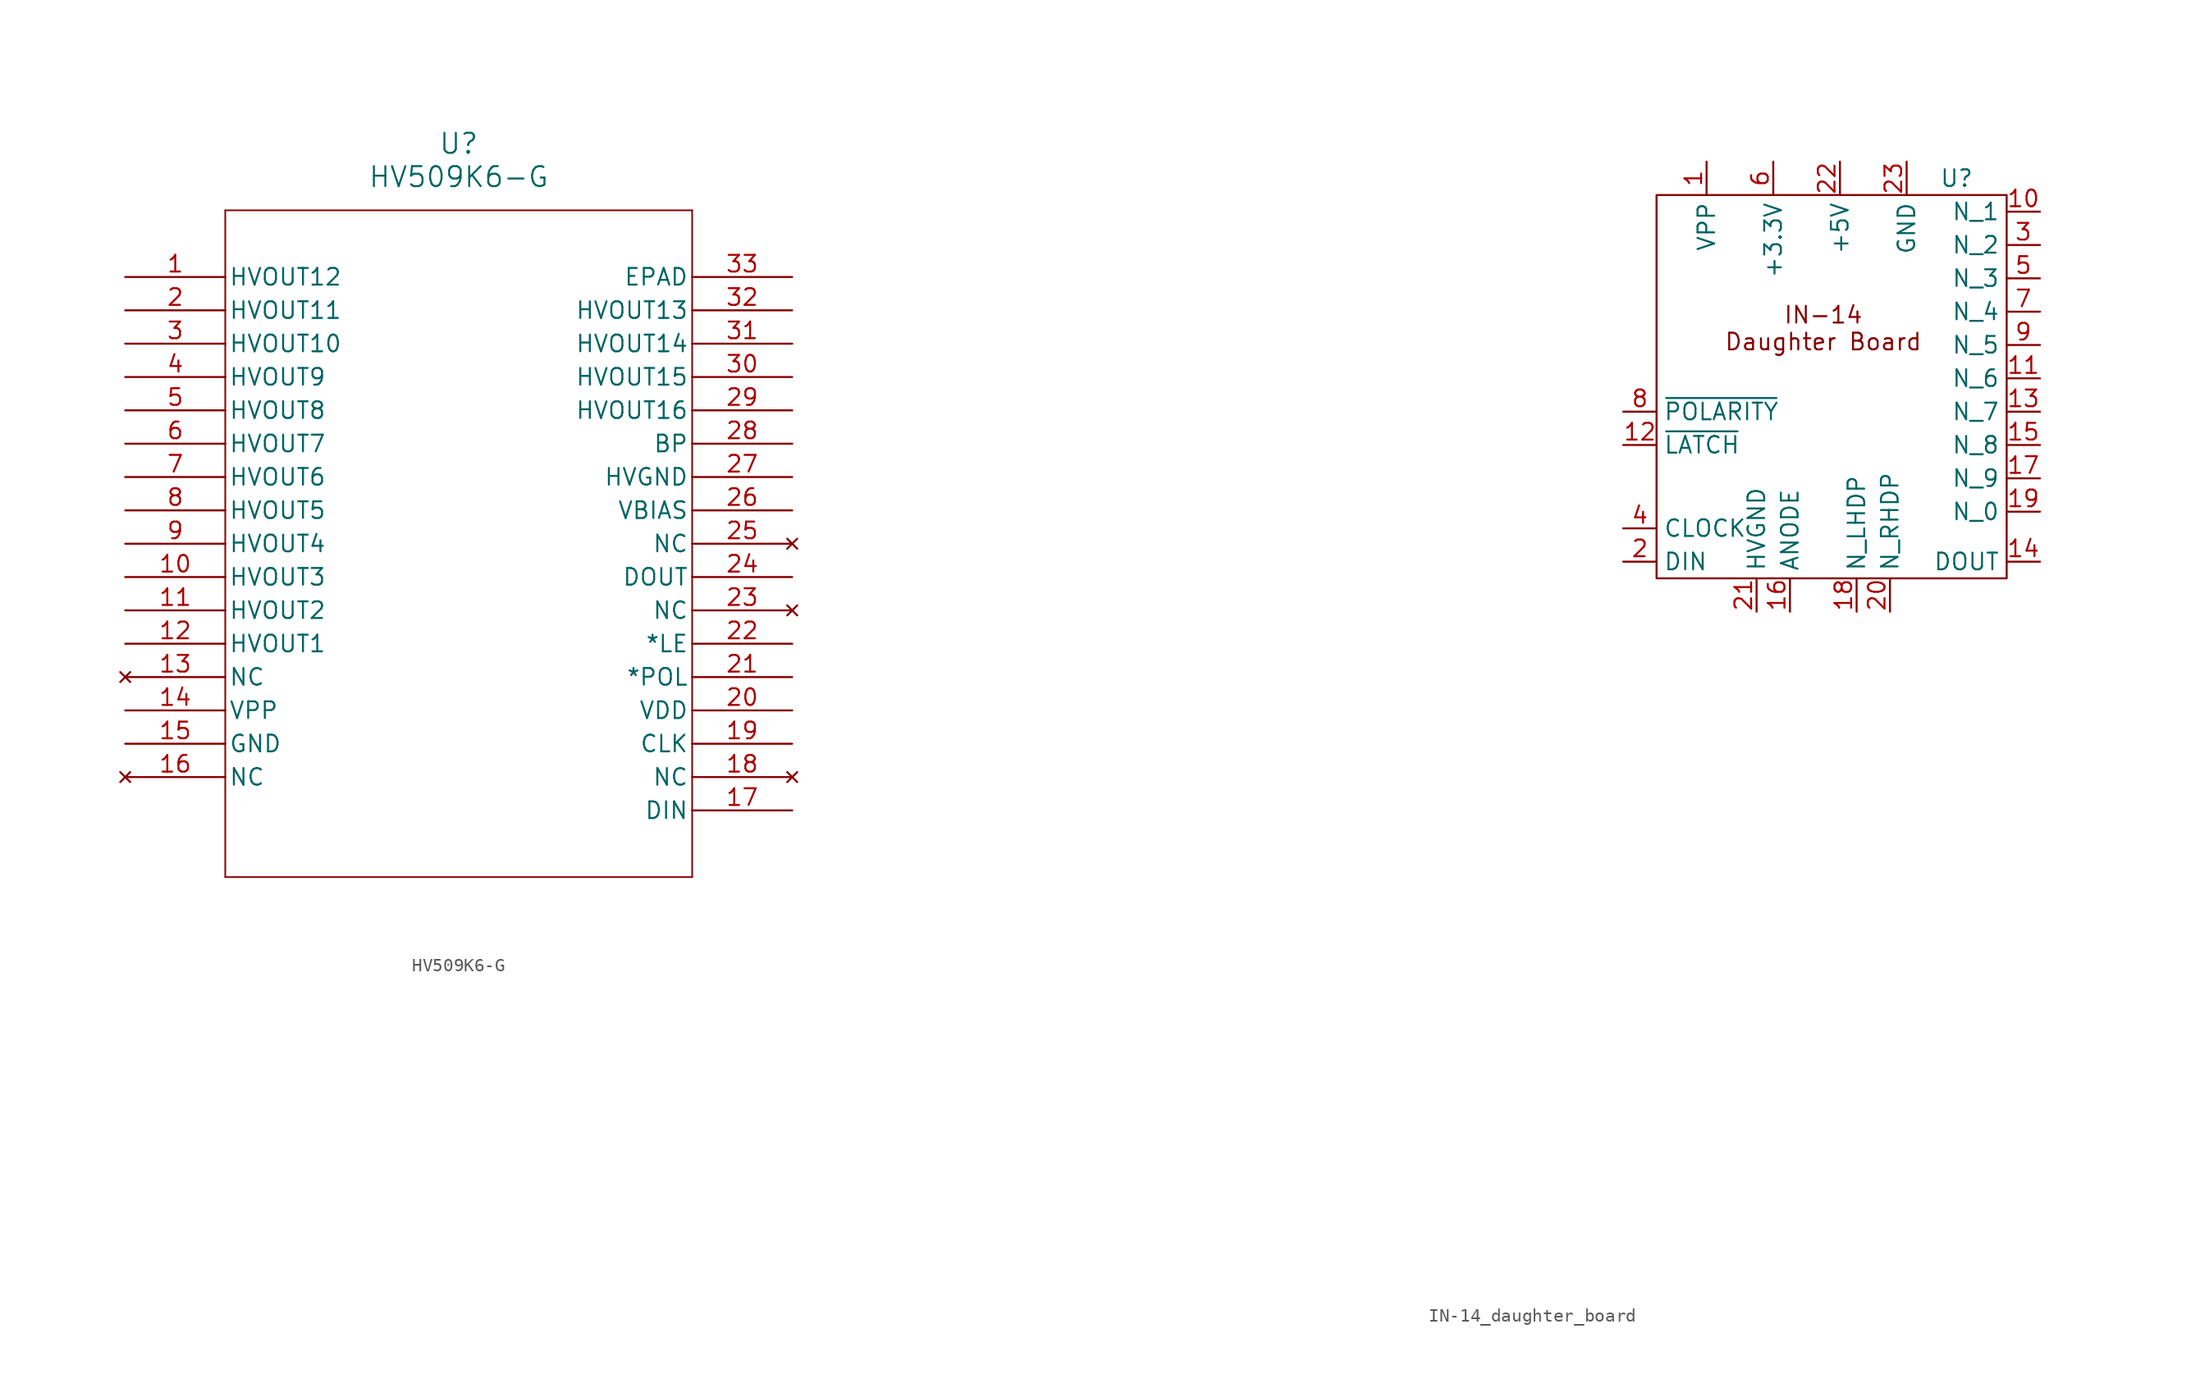
<source format=kicad_sym>
(kicad_symbol_lib
  (version 20220914)
  (generator kicad_symbol_editor)
  (symbol "HV509K6-G"
    (pin_names
      (offset 0.254))
    (property "Reference" "U"
      (at 25.4 10.16 0)
      (effects (font (size 1.524 1.524))))
    (property "Value" "HV509K6-G"
      (at 25.4 7.62 0)
      (effects (font (size 1.524 1.524))))
    (symbol "HV509K6-G_0_1"
      (polyline (pts (xy 7.62 -45.72) (xy 43.18 -45.72)) (stroke (width 0.127) (type default)) (fill (type none)))
      (polyline (pts (xy 7.62 5.08) (xy 7.62 -45.72)) (stroke (width 0.127) (type default)) (fill (type none)))
      (polyline (pts (xy 43.18 -45.72) (xy 43.18 5.08)) (stroke (width 0.127) (type default)) (fill (type none)))
      (polyline (pts (xy 43.18 5.08) (xy 7.62 5.08)) (stroke (width 0.127) (type default)) (fill (type none)))
      (pin output line (at 0 0 0) (length 7.62) (name "HVOUT12" (effects (font (size 1.27 1.27)))) (number "1" (effects (font (size 1.27 1.27)))))
      (pin output line (at 0 -22.86 0) (length 7.62) (name "HVOUT3" (effects (font (size 1.27 1.27)))) (number "10" (effects (font (size 1.27 1.27)))))
      (pin output line (at 0 -25.4 0) (length 7.62) (name "HVOUT2" (effects (font (size 1.27 1.27)))) (number "11" (effects (font (size 1.27 1.27)))))
      (pin output line (at 0 -27.94 0) (length 7.62) (name "HVOUT1" (effects (font (size 1.27 1.27)))) (number "12" (effects (font (size 1.27 1.27)))))
      (pin no_connect line (at 0 -30.48 0) (length 7.62) (name "NC" (effects (font (size 1.27 1.27)))) (number "13" (effects (font (size 1.27 1.27)))))
      (pin power_in line (at 0 -33.02 0) (length 7.62) (name "VPP" (effects (font (size 1.27 1.27)))) (number "14" (effects (font (size 1.27 1.27)))))
      (pin power_in line (at 0 -35.56 0) (length 7.62) (name "GND" (effects (font (size 1.27 1.27)))) (number "15" (effects (font (size 1.27 1.27)))))
      (pin no_connect line (at 0 -38.1 0) (length 7.62) (name "NC" (effects (font (size 1.27 1.27)))) (number "16" (effects (font (size 1.27 1.27)))))
      (pin input line (at 50.8 -40.64 180) (length 7.62) (name "DIN" (effects (font (size 1.27 1.27)))) (number "17" (effects (font (size 1.27 1.27)))))
      (pin no_connect line (at 50.8 -38.1 180) (length 7.62) (name "NC" (effects (font (size 1.27 1.27)))) (number "18" (effects (font (size 1.27 1.27)))))
      (pin input line (at 50.8 -35.56 180) (length 7.62) (name "CLK" (effects (font (size 1.27 1.27)))) (number "19" (effects (font (size 1.27 1.27)))))
      (pin output line (at 0 -2.54 0) (length 7.62) (name "HVOUT11" (effects (font (size 1.27 1.27)))) (number "2" (effects (font (size 1.27 1.27)))))
      (pin power_in line (at 50.8 -33.02 180) (length 7.62) (name "VDD" (effects (font (size 1.27 1.27)))) (number "20" (effects (font (size 1.27 1.27)))))
      (pin input line (at 50.8 -30.48 180) (length 7.62) (name "*POL" (effects (font (size 1.27 1.27)))) (number "21" (effects (font (size 1.27 1.27)))))
      (pin input line (at 50.8 -27.94 180) (length 7.62) (name "*LE" (effects (font (size 1.27 1.27)))) (number "22" (effects (font (size 1.27 1.27)))))
      (pin no_connect line (at 50.8 -25.4 180) (length 7.62) (name "NC" (effects (font (size 1.27 1.27)))) (number "23" (effects (font (size 1.27 1.27)))))
      (pin output line (at 50.8 -22.86 180) (length 7.62) (name "DOUT" (effects (font (size 1.27 1.27)))) (number "24" (effects (font (size 1.27 1.27)))))
      (pin no_connect line (at 50.8 -20.32 180) (length 7.62) (name "NC" (effects (font (size 1.27 1.27)))) (number "25" (effects (font (size 1.27 1.27)))))
      (pin power_in line (at 50.8 -17.78 180) (length 7.62) (name "VBIAS" (effects (font (size 1.27 1.27)))) (number "26" (effects (font (size 1.27 1.27)))))
      (pin power_out line (at 50.8 -15.24 180) (length 7.62) (name "HVGND" (effects (font (size 1.27 1.27)))) (number "27" (effects (font (size 1.27 1.27)))))
      (pin output line (at 50.8 -12.7 180) (length 7.62) (name "BP" (effects (font (size 1.27 1.27)))) (number "28" (effects (font (size 1.27 1.27)))))
      (pin output line (at 50.8 -10.16 180) (length 7.62) (name "HVOUT16" (effects (font (size 1.27 1.27)))) (number "29" (effects (font (size 1.27 1.27)))))
      (pin output line (at 0 -5.08 0) (length 7.62) (name "HVOUT10" (effects (font (size 1.27 1.27)))) (number "3" (effects (font (size 1.27 1.27)))))
      (pin output line (at 50.8 -7.62 180) (length 7.62) (name "HVOUT15" (effects (font (size 1.27 1.27)))) (number "30" (effects (font (size 1.27 1.27)))))
      (pin output line (at 50.8 -5.08 180) (length 7.62) (name "HVOUT14" (effects (font (size 1.27 1.27)))) (number "31" (effects (font (size 1.27 1.27)))))
      (pin output line (at 50.8 -2.54 180) (length 7.62) (name "HVOUT13" (effects (font (size 1.27 1.27)))) (number "32" (effects (font (size 1.27 1.27)))))
      (pin passive line (at 50.8 0 180) (length 7.62) (name "EPAD" (effects (font (size 1.27 1.27)))) (number "33" (effects (font (size 1.27 1.27)))))
      (pin output line (at 0 -7.62 0) (length 7.62) (name "HVOUT9" (effects (font (size 1.27 1.27)))) (number "4" (effects (font (size 1.27 1.27)))))
      (pin output line (at 0 -10.16 0) (length 7.62) (name "HVOUT8" (effects (font (size 1.27 1.27)))) (number "5" (effects (font (size 1.27 1.27)))))
      (pin output line (at 0 -12.7 0) (length 7.62) (name "HVOUT7" (effects (font (size 1.27 1.27)))) (number "6" (effects (font (size 1.27 1.27)))))
      (pin output line (at 0 -15.24 0) (length 7.62) (name "HVOUT6" (effects (font (size 1.27 1.27)))) (number "7" (effects (font (size 1.27 1.27)))))
      (pin output line (at 0 -17.78 0) (length 7.62) (name "HVOUT5" (effects (font (size 1.27 1.27)))) (number "8" (effects (font (size 1.27 1.27)))))
      (pin output line (at 0 -20.32 0) (length 7.62) (name "HVOUT4" (effects (font (size 1.27 1.27)))) (number "9" (effects (font (size 1.27 1.27)))))))
  (symbol "IN-14_daughter_board"
    (property "Reference" "U"
      (at 22.86 30.48 0)
      (effects (font (size 1.27 1.27))))
    (property "Value" ""
      (at -48.26 -46.99 0)
      (effects (font (size 1.27 1.27))))
    (symbol "IN-14_daughter_board_0_1"
      (rectangle (start 0 29.21) (end 26.67 0) (stroke (width 0) (type default)) (fill (type none))))
    (symbol "IN-14_daughter_board_1_1"
      (text "IN-14\nDaughter Board" (at 12.7 19.05 0) (effects (font (size 1.27 1.27))))
      (pin power_in line (at 3.81 31.75 270) (length 2.54) (name "VPP" (effects (font (size 1.27 1.27)))) (number "1" (effects (font (size 1.27 1.27)))))
      (pin output line (at 29.21 27.94 180) (length 2.54) (name "N_1" (effects (font (size 1.27 1.27)))) (number "10" (effects (font (size 1.27 1.27)))))
      (pin output line (at 29.21 15.24 180) (length 2.54) (name "N_6" (effects (font (size 1.27 1.27)))) (number "11" (effects (font (size 1.27 1.27)))))
      (pin input line (at -2.54 10.16 0) (length 2.54) (name "~{LATCH}" (effects (font (size 1.27 1.27)))) (number "12" (effects (font (size 1.27 1.27)))))
      (pin output line (at 29.21 12.7 180) (length 2.54) (name "N_7" (effects (font (size 1.27 1.27)))) (number "13" (effects (font (size 1.27 1.27)))))
      (pin output line (at 29.21 1.27 180) (length 2.54) (name "DOUT" (effects (font (size 1.27 1.27)))) (number "14" (effects (font (size 1.27 1.27)))))
      (pin output line (at 29.21 10.16 180) (length 2.54) (name "N_8" (effects (font (size 1.27 1.27)))) (number "15" (effects (font (size 1.27 1.27)))))
      (pin output line (at 10.16 -2.54 90) (length 2.54) (name "ANODE" (effects (font (size 1.27 1.27)))) (number "16" (effects (font (size 1.27 1.27)))))
      (pin output line (at 29.21 7.62 180) (length 2.54) (name "N_9" (effects (font (size 1.27 1.27)))) (number "17" (effects (font (size 1.27 1.27)))))
      (pin output line (at 15.24 -2.54 90) (length 2.54) (name "N_LHDP" (effects (font (size 1.27 1.27)))) (number "18" (effects (font (size 1.27 1.27)))))
      (pin output line (at 29.21 5.08 180) (length 2.54) (name "N_0" (effects (font (size 1.27 1.27)))) (number "19" (effects (font (size 1.27 1.27)))))
      (pin input line (at -2.54 1.27 0) (length 2.54) (name "DIN" (effects (font (size 1.27 1.27)))) (number "2" (effects (font (size 1.27 1.27)))))
      (pin output line (at 17.78 -2.54 90) (length 2.54) (name "N_RHDP" (effects (font (size 1.27 1.27)))) (number "20" (effects (font (size 1.27 1.27)))))
      (pin output line (at 7.62 -2.54 90) (length 2.54) (name "HVGND" (effects (font (size 1.27 1.27)))) (number "21" (effects (font (size 1.27 1.27)))))
      (pin power_in line (at 13.97 31.75 270) (length 2.54) (name "+5V" (effects (font (size 1.27 1.27)))) (number "22" (effects (font (size 1.27 1.27)))))
      (pin power_in line (at 19.05 31.75 270) (length 2.54) (name "GND" (effects (font (size 1.27 1.27)))) (number "23" (effects (font (size 1.27 1.27)))))
      (pin output line (at 29.21 25.4 180) (length 2.54) (name "N_2" (effects (font (size 1.27 1.27)))) (number "3" (effects (font (size 1.27 1.27)))))
      (pin input line (at -2.54 3.81 0) (length 2.54) (name "CLOCK" (effects (font (size 1.27 1.27)))) (number "4" (effects (font (size 1.27 1.27)))))
      (pin output line (at 29.21 22.86 180) (length 2.54) (name "N_3" (effects (font (size 1.27 1.27)))) (number "5" (effects (font (size 1.27 1.27)))))
      (pin power_in line (at 8.89 31.75 270) (length 2.54) (name "+3.3V" (effects (font (size 1.27 1.27)))) (number "6" (effects (font (size 1.27 1.27)))))
      (pin output line (at 29.21 20.32 180) (length 2.54) (name "N_4" (effects (font (size 1.27 1.27)))) (number "7" (effects (font (size 1.27 1.27)))))
      (pin input line (at -2.54 12.7 0) (length 2.54) (name "~{POLARITY}" (effects (font (size 1.27 1.27)))) (number "8" (effects (font (size 1.27 1.27)))))
      (pin output line (at 29.21 17.78 180) (length 2.54) (name "N_5" (effects (font (size 1.27 1.27)))) (number "9" (effects (font (size 1.27 1.27))))))))
</source>
